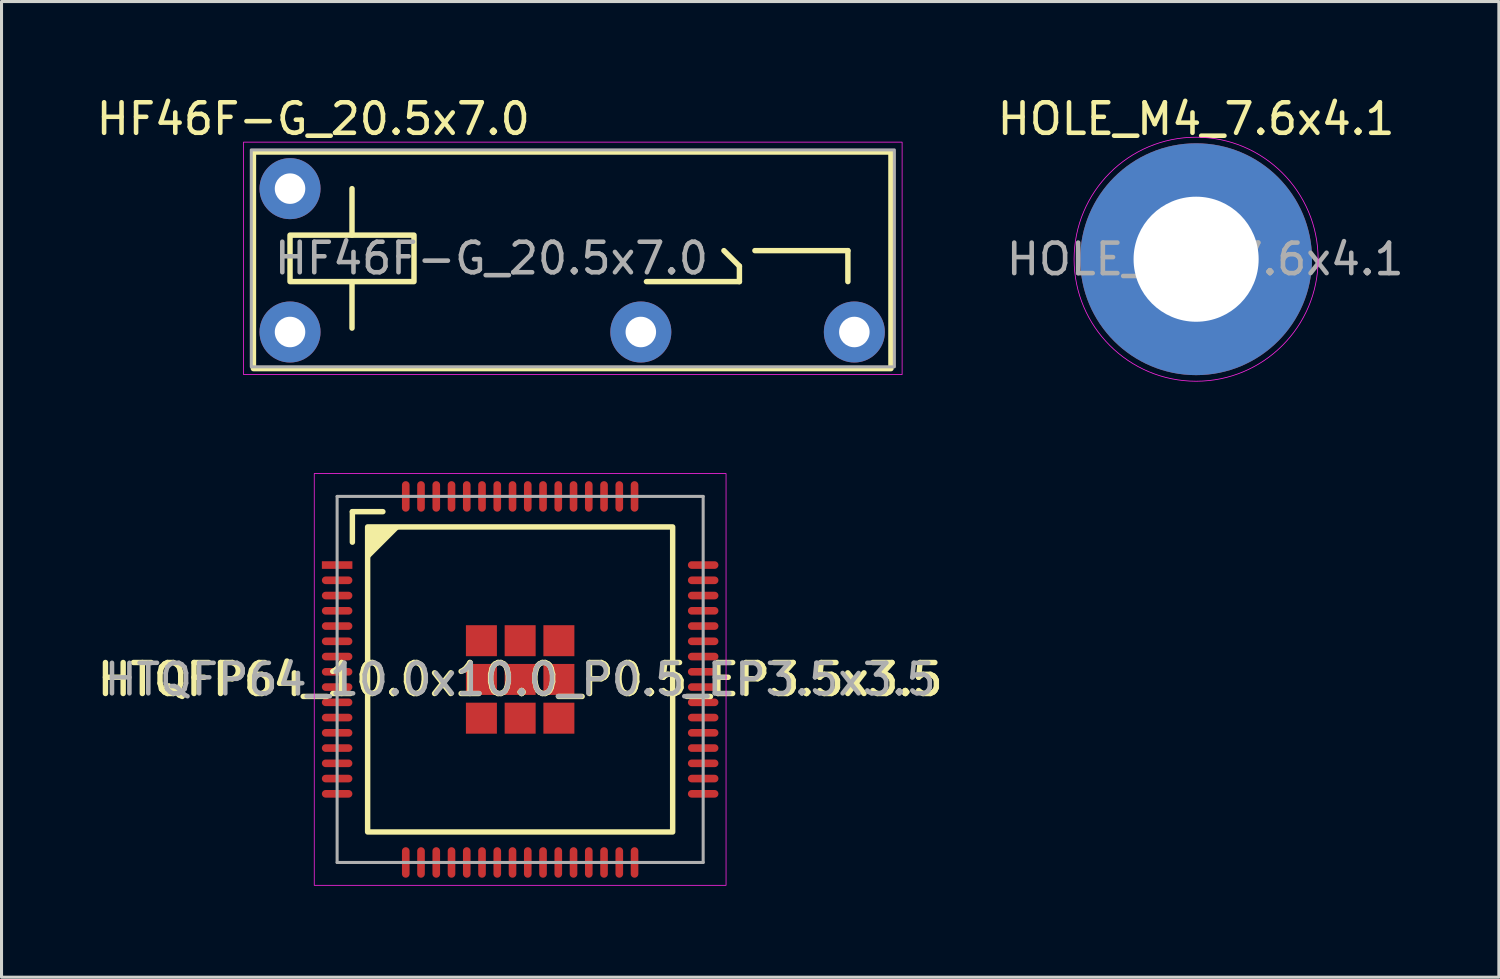
<source format=kicad_pcb>
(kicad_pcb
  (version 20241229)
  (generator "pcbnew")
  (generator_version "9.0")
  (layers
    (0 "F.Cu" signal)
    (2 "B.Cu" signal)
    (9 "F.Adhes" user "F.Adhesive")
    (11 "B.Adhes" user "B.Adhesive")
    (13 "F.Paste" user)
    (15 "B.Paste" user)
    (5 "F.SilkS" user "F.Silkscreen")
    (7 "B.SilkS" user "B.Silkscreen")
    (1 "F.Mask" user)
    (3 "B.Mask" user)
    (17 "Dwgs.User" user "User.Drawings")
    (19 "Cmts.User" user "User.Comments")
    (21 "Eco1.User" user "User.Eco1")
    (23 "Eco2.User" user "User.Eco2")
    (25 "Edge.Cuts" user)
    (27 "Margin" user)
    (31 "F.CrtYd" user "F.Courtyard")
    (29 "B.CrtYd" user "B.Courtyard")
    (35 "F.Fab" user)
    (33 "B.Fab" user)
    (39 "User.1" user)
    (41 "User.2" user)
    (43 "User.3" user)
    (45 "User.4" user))
  (footprint "HF46F-G_20.5x7.0"
    (layer "F.Cu")
    (at 6.458 3.134)
    (property "Reference" "HF46F-G_20.5x7.0" (at 0.762 -2.286 0) (unlocked yes) (layer "F.SilkS") (effects (font (size 1 1) (thickness 0.15))))
    (attr through_hole)
    (fp_line (start 2.032 0) (end 2.032 1.524) (stroke (width 0.178) (type solid)) (layer "F.SilkS"))
    (fp_line (start 2.032 4.572) (end 2.032 3.048) (stroke (width 0.178) (type solid)) (layer "F.SilkS"))
    (fp_line (start 11.684 3.048) (end 14.732 3.048) (stroke (width 0.178) (type solid)) (layer "F.SilkS"))
    (fp_line (start 14.732 2.54) (end 14.224 2.032) (stroke (width 0.178) (type solid)) (layer "F.SilkS"))
    (fp_line (start 14.732 3.048) (end 14.732 2.54) (stroke (width 0.178) (type solid)) (layer "F.SilkS"))
    (fp_line (start 15.24 2.032) (end 18.288 2.032) (stroke (width 0.178) (type solid)) (layer "F.SilkS"))
    (fp_line (start 18.288 2.032) (end 18.288 3.048) (stroke (width 0.178) (type solid)) (layer "F.SilkS"))
    (fp_rect (start -1.2 -1.2) (end 19.7 5.9) (stroke (width 0.178) (type solid)) (fill no) (layer "F.SilkS"))
    (fp_rect (start 0 1.524) (end 4.064 3.048) (stroke (width 0.178) (type solid)) (fill no) (layer "F.SilkS"))
    (fp_rect (start -1.524 -1.524) (end 20.066 6.096) (stroke (width 0.025) (type solid)) (fill no) (layer "F.CrtYd"))
    (fp_rect (start -1.27 -1.27) (end 19.812 5.842) (stroke (width 0.1) (type solid)) (fill no) (layer "F.Fab"))
    (fp_text user "${REFERENCE}" (at 6.604 2.286 0) (unlocked yes) (layer "F.Fab") (effects (font (size 1 1) (thickness 0.15))))
    (pad "1" thru_hole circle (at 0 0) (size 2 2) (drill 1) (layers "*.Cu" "*.Mask"))
    (pad "2" thru_hole circle (at 0 4.7) (size 2 2) (drill 1) (layers "*.Cu" "*.Mask"))
    (pad "3" thru_hole circle (at 11.5 4.7) (size 2 2) (drill 1) (layers "*.Cu" "*.Mask"))
    (pad "4" thru_hole circle (at 18.5 4.7) (size 2 2) (drill 1) (layers "*.Cu" "*.Mask")))
  (footprint "HTQFP64_10.0x10.0_P0.5_EP3.5x3.5"
    (layer "F.Cu")
    (at 14.002 19.224)
    (property "Reference" "HTQFP64_10.0x10.0_P0.5_EP3.5x3.5" (at 0 0 0) (layer "F.SilkS") (effects (font (size 1.016 1.016) (thickness 0.178))))
    (attr smd)
    (fp_line (start -5.5 -5.5) (end -4.5 -5.5) (stroke (width 0.178) (type solid)) (layer "F.SilkS"))
    (fp_line (start -5.5 -4.5) (end -5.5 -5.5) (stroke (width 0.178) (type solid)) (layer "F.SilkS"))
    (fp_rect (start -5 -5) (end 5 5) (stroke (width 0.178) (type solid)) (fill no) (layer "F.SilkS"))
    (fp_poly (pts (xy -5 -4) (xy -5 -5) (xy -4 -5)) (stroke (width 0.12) (type solid)) (fill yes) (layer "F.SilkS"))
    (fp_rect (start -6.75 -6.75) (end 6.75 6.75) (stroke (width 0.025) (type solid)) (fill no) (layer "F.CrtYd"))
    (fp_line (start -6 -6) (end -6 6) (stroke (width 0.1) (type solid)) (layer "F.Fab"))
    (fp_line (start -6 6) (end 6 6) (stroke (width 0.1) (type solid)) (layer "F.Fab"))
    (fp_line (start 6 -6) (end -6 -6) (stroke (width 0.1) (type solid)) (layer "F.Fab"))
    (fp_line (start 6 6) (end 6 -6) (stroke (width 0.1) (type solid)) (layer "F.Fab"))
    (fp_text user "${REFERENCE}" (at 0 0 0) (layer "F.Fab") (effects (font (size 1 1) (thickness 0.15))))
    (pad "1" smd rect (at -6 -3.75) (size 1 0.25) (layers "F.Cu" "F.Mask" "F.Paste"))
    (pad "2" smd oval (at -6 -3.25) (size 1 0.25) (layers "F.Cu" "F.Mask" "F.Paste"))
    (pad "3" smd oval (at -6 -2.75) (size 1 0.25) (layers "F.Cu" "F.Mask" "F.Paste"))
    (pad "4" smd oval (at -6 -2.25) (size 1 0.25) (layers "F.Cu" "F.Mask" "F.Paste"))
    (pad "5" smd oval (at -6 -1.75) (size 1 0.25) (layers "F.Cu" "F.Mask" "F.Paste"))
    (pad "6" smd oval (at -6 -1.25) (size 1 0.25) (layers "F.Cu" "F.Mask" "F.Paste"))
    (pad "7" smd oval (at -6 -0.75) (size 1 0.25) (layers "F.Cu" "F.Mask" "F.Paste"))
    (pad "8" smd oval (at -6 -0.25) (size 1 0.25) (layers "F.Cu" "F.Mask" "F.Paste"))
    (pad "9" smd oval (at -6 0.25) (size 1 0.25) (layers "F.Cu" "F.Mask" "F.Paste"))
    (pad "10" smd oval (at -6 0.75) (size 1 0.25) (layers "F.Cu" "F.Mask" "F.Paste"))
    (pad "11" smd oval (at -6 1.25) (size 1 0.25) (layers "F.Cu" "F.Mask" "F.Paste"))
    (pad "12" smd oval (at -6 1.75) (size 1 0.25) (layers "F.Cu" "F.Mask" "F.Paste"))
    (pad "13" smd oval (at -6 2.25) (size 1 0.25) (layers "F.Cu" "F.Mask" "F.Paste"))
    (pad "14" smd oval (at -6 2.75) (size 1 0.25) (layers "F.Cu" "F.Mask" "F.Paste"))
    (pad "15" smd oval (at -6 3.25) (size 1 0.25) (layers "F.Cu" "F.Mask" "F.Paste"))
    (pad "16" smd oval (at -6 3.75) (size 1 0.25) (layers "F.Cu" "F.Mask" "F.Paste"))
    (pad "17" smd oval (at -3.75 6 90) (size 1 0.25) (layers "F.Cu" "F.Mask" "F.Paste"))
    (pad "18" smd oval (at -3.25 6 90) (size 1 0.25) (layers "F.Cu" "F.Mask" "F.Paste"))
    (pad "19" smd oval (at -2.75 6 90) (size 1 0.25) (layers "F.Cu" "F.Mask" "F.Paste"))
    (pad "20" smd oval (at -2.25 6 90) (size 1 0.25) (layers "F.Cu" "F.Mask" "F.Paste"))
    (pad "21" smd oval (at -1.75 6 90) (size 1 0.25) (layers "F.Cu" "F.Mask" "F.Paste"))
    (pad "22" smd oval (at -1.25 6 90) (size 1 0.25) (layers "F.Cu" "F.Mask" "F.Paste"))
    (pad "23" smd oval (at -0.75 6 90) (size 1 0.25) (layers "F.Cu" "F.Mask" "F.Paste"))
    (pad "24" smd oval (at -0.25 6 90) (size 1 0.25) (layers "F.Cu" "F.Mask" "F.Paste"))
    (pad "25" smd oval (at 0.25 6 90) (size 1 0.25) (layers "F.Cu" "F.Mask" "F.Paste"))
    (pad "26" smd oval (at 0.75 6 90) (size 1 0.25) (layers "F.Cu" "F.Mask" "F.Paste"))
    (pad "27" smd oval (at 1.25 6 90) (size 1 0.25) (layers "F.Cu" "F.Mask" "F.Paste"))
    (pad "28" smd oval (at 1.75 6 90) (size 1 0.25) (layers "F.Cu" "F.Mask" "F.Paste"))
    (pad "29" smd oval (at 2.25 6 90) (size 1 0.25) (layers "F.Cu" "F.Mask" "F.Paste"))
    (pad "30" smd oval (at 2.75 6 90) (size 1 0.25) (layers "F.Cu" "F.Mask" "F.Paste"))
    (pad "31" smd oval (at 3.25 6 90) (size 1 0.25) (layers "F.Cu" "F.Mask" "F.Paste"))
    (pad "32" smd oval (at 3.75 6 90) (size 1 0.25) (layers "F.Cu" "F.Mask" "F.Paste"))
    (pad "33" smd oval (at 6 3.75 180) (size 1 0.25) (layers "F.Cu" "F.Mask" "F.Paste"))
    (pad "34" smd oval (at 6 3.25 180) (size 1 0.25) (layers "F.Cu" "F.Mask" "F.Paste"))
    (pad "35" smd oval (at 6 2.75 180) (size 1 0.25) (layers "F.Cu" "F.Mask" "F.Paste"))
    (pad "36" smd oval (at 6 2.25 180) (size 1 0.25) (layers "F.Cu" "F.Mask" "F.Paste"))
    (pad "37" smd oval (at 6 1.75 180) (size 1 0.25) (layers "F.Cu" "F.Mask" "F.Paste"))
    (pad "38" smd oval (at 6 1.25 180) (size 1 0.25) (layers "F.Cu" "F.Mask" "F.Paste"))
    (pad "39" smd oval (at 6 0.75 180) (size 1 0.25) (layers "F.Cu" "F.Mask" "F.Paste"))
    (pad "40" smd oval (at 6 0.25 180) (size 1 0.25) (layers "F.Cu" "F.Mask" "F.Paste"))
    (pad "41" smd oval (at 6 -0.25 180) (size 1 0.25) (layers "F.Cu" "F.Mask" "F.Paste"))
    (pad "42" smd oval (at 6 -0.75 180) (size 1 0.25) (layers "F.Cu" "F.Mask" "F.Paste"))
    (pad "43" smd oval (at 6 -1.25 180) (size 1 0.25) (layers "F.Cu" "F.Mask" "F.Paste"))
    (pad "44" smd oval (at 6 -1.75 180) (size 1 0.25) (layers "F.Cu" "F.Mask" "F.Paste"))
    (pad "45" smd oval (at 6 -2.25 180) (size 1 0.25) (layers "F.Cu" "F.Mask" "F.Paste"))
    (pad "46" smd oval (at 6 -2.75 180) (size 1 0.25) (layers "F.Cu" "F.Mask" "F.Paste"))
    (pad "47" smd oval (at 6 -3.25 180) (size 1 0.25) (layers "F.Cu" "F.Mask" "F.Paste"))
    (pad "48" smd oval (at 6 -3.75 180) (size 1 0.25) (layers "F.Cu" "F.Mask" "F.Paste"))
    (pad "49" smd oval (at 3.75 -6 270) (size 1 0.25) (layers "F.Cu" "F.Mask" "F.Paste"))
    (pad "50" smd oval (at 3.25 -6 270) (size 1 0.25) (layers "F.Cu" "F.Mask" "F.Paste"))
    (pad "51" smd oval (at 2.75 -6 270) (size 1 0.25) (layers "F.Cu" "F.Mask" "F.Paste"))
    (pad "52" smd oval (at 2.25 -6 270) (size 1 0.25) (layers "F.Cu" "F.Mask" "F.Paste"))
    (pad "53" smd oval (at 1.75 -6 270) (size 1 0.25) (layers "F.Cu" "F.Mask" "F.Paste"))
    (pad "54" smd oval (at 1.25 -6 270) (size 1 0.25) (layers "F.Cu" "F.Mask" "F.Paste"))
    (pad "55" smd oval (at 0.75 -6 270) (size 1 0.25) (layers "F.Cu" "F.Mask" "F.Paste"))
    (pad "56" smd oval (at 0.25 -6 270) (size 1 0.25) (layers "F.Cu" "F.Mask" "F.Paste"))
    (pad "57" smd oval (at -0.25 -6 270) (size 1 0.25) (layers "F.Cu" "F.Mask" "F.Paste"))
    (pad "58" smd oval (at -0.75 -6 270) (size 1 0.25) (layers "F.Cu" "F.Mask" "F.Paste"))
    (pad "59" smd oval (at -1.25 -6 270) (size 1 0.25) (layers "F.Cu" "F.Mask" "F.Paste"))
    (pad "60" smd oval (at -1.75 -6 270) (size 1 0.25) (layers "F.Cu" "F.Mask" "F.Paste"))
    (pad "61" smd oval (at -2.25 -6 270) (size 1 0.25) (layers "F.Cu" "F.Mask" "F.Paste"))
    (pad "62" smd oval (at -2.75 -6 270) (size 1 0.25) (layers "F.Cu" "F.Mask" "F.Paste"))
    (pad "63" smd oval (at -3.25 -6 270) (size 1 0.25) (layers "F.Cu" "F.Mask" "F.Paste"))
    (pad "64" smd oval (at -3.75 -6 270) (size 1 0.25) (layers "F.Cu" "F.Mask" "F.Paste"))
    (pad "65" smd rect (at -1.27 -1.27 270) (size 1.016 1.016) (layers "F.Cu" "F.Mask" "F.Paste"))
    (pad "65" smd rect (at -1.27 0 270) (size 1.016 1.016) (layers "F.Cu" "F.Mask" "F.Paste"))
    (pad "65" smd rect (at -1.27 1.27 270) (size 1.016 1.016) (layers "F.Cu" "F.Mask" "F.Paste"))
    (pad "65" smd rect (at 0 -1.27 270) (size 1.016 1.016) (layers "F.Cu" "F.Mask" "F.Paste"))
    (pad "65" smd rect (at 0 0 270) (size 1.016 1.016) (layers "F.Cu" "F.Mask" "F.Paste"))
    (pad "65" smd rect (at 0 1.27 270) (size 1.016 1.016) (layers "F.Cu" "F.Mask" "F.Paste"))
    (pad "65" smd rect (at 1.27 -1.27 270) (size 1.016 1.016) (layers "F.Cu" "F.Mask" "F.Paste"))
    (pad "65" smd rect (at 1.27 0 270) (size 1.016 1.016) (layers "F.Cu" "F.Mask" "F.Paste"))
    (pad "65" smd rect (at 1.27 1.27 270) (size 1.016 1.016) (layers "F.Cu" "F.Mask" "F.Paste")))
  (footprint "HOLE_M4_7.6x4.1"
    (layer "F.Cu")
    (at 36.162 5.448)
    (property "Reference" "HOLE_M4_7.6x4.1" (at 0 -4.6 0) (layer "F.SilkS") (effects (font (size 1 1) (thickness 0.15))))
    (attr exclude_from_pos_files exclude_from_bom)
    (fp_circle (center 0 0) (end 4 0) (stroke (width 0.025) (type solid)) (fill no) (layer "F.CrtYd"))
    (fp_text user "${REFERENCE}" (at 0.3 0 0) (layer "F.Fab") (effects (font (size 1 1) (thickness 0.15))))
    (pad "1" thru_hole circle (at 0 0) (size 7.6 7.6) (drill 4.1) (layers "*.Cu" "*.Mask")))
  (gr_rect
    (start -3 -3)
    (end 46.087 28.986)
    (stroke (width 0.1) (type default))
    (fill no)
    (layer "Edge.Cuts")))
</source>
